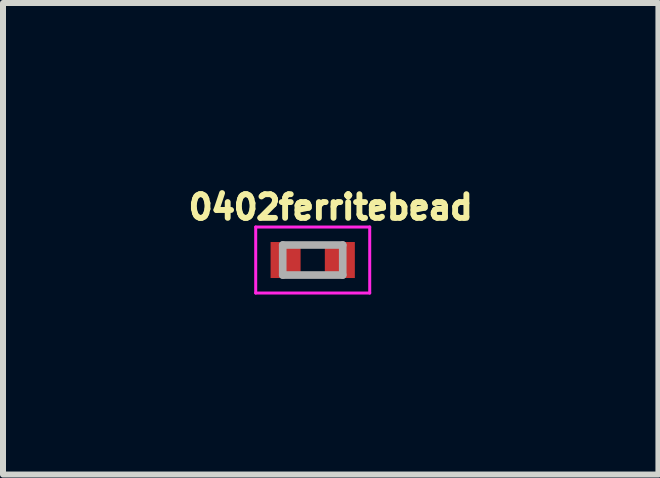
<source format=kicad_pcb>
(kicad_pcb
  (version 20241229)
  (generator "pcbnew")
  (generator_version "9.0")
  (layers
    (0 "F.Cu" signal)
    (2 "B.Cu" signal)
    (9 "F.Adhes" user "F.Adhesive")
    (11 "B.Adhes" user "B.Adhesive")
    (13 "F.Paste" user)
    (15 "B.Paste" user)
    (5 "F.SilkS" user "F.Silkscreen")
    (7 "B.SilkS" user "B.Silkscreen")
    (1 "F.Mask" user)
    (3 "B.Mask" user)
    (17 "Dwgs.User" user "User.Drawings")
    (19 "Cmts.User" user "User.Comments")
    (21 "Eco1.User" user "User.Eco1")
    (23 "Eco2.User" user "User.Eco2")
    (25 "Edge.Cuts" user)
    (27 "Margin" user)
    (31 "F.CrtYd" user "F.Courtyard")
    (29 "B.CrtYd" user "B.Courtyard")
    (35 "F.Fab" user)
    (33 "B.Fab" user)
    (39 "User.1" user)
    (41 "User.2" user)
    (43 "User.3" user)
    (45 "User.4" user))
  (footprint "0402ferritebead"
    (layer "F.Cu")
    (at 2.161 1.283)
    (property "Reference" "0402ferritebead" (at 0.3 -0.88 0) (layer "F.SilkS") (effects (font (size 0.394 0.394) (thickness 0.098))))
    (attr smd)
    (fp_line (start -0.95 -0.55) (end 0.95 -0.55) (stroke (width 0.05) (type solid)) (layer "F.CrtYd"))
    (fp_line (start -0.95 0.55) (end -0.95 -0.55) (stroke (width 0.05) (type solid)) (layer "F.CrtYd"))
    (fp_line (start -0.95 0.55) (end 0.95 0.55) (stroke (width 0.05) (type solid)) (layer "F.CrtYd"))
    (fp_line (start 0.95 0.55) (end 0.95 -0.55) (stroke (width 0.05) (type solid)) (layer "F.CrtYd"))
    (fp_line (start -0.5 0.25) (end -0.5 -0.25) (stroke (width 0.127) (type solid)) (layer "F.Fab"))
    (fp_line (start 0.5 -0.25) (end -0.5 -0.25) (stroke (width 0.127) (type solid)) (layer "F.Fab"))
    (fp_line (start 0.5 0.25) (end -0.5 0.25) (stroke (width 0.127) (type solid)) (layer "F.Fab"))
    (fp_line (start 0.5 0.25) (end 0.5 -0.25) (stroke (width 0.127) (type solid)) (layer "F.Fab"))
    (pad "1" smd rect (at -0.452 0) (size 0.5 0.6) (layers "F.Cu" "F.Mask" "F.Paste"))
    (pad "2" smd rect (at 0.452 0) (size 0.5 0.6) (layers "F.Cu" "F.Mask" "F.Paste")))
  (gr_rect
    (start -3 -3)
    (end 7.922 4.858)
    (stroke (width 0.1) (type default))
    (fill no)
    (layer "Edge.Cuts")))
</source>
